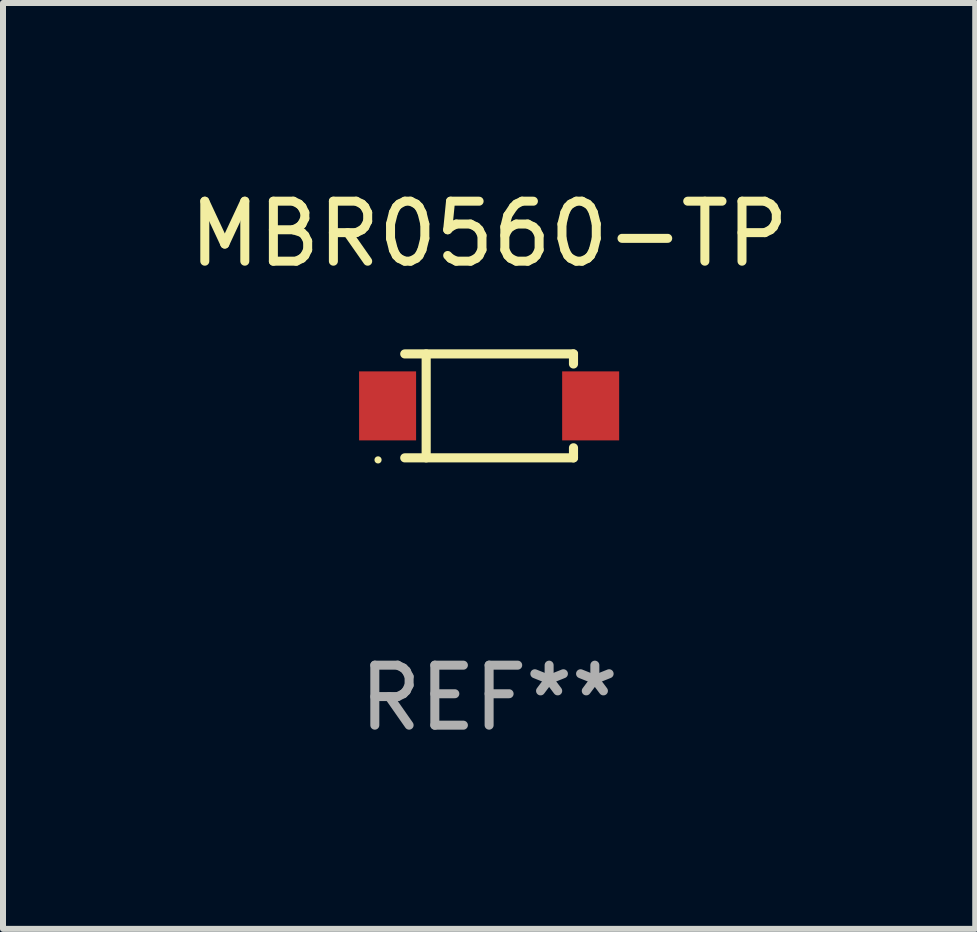
<source format=kicad_pcb>
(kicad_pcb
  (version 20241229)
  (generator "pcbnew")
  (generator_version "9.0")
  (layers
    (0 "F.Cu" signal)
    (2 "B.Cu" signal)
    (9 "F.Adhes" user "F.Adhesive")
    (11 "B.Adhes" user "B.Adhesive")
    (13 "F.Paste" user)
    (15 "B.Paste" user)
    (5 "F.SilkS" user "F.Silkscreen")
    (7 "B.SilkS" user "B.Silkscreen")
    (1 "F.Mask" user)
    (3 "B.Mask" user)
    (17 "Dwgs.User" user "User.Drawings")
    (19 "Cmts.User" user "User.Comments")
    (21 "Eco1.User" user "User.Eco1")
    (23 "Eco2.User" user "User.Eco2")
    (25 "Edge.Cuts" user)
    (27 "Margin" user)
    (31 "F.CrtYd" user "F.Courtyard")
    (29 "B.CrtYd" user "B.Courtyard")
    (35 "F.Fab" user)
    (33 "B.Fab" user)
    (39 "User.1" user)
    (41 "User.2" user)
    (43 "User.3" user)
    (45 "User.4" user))
  (footprint "MBR0560-TP"
    (layer "F.Cu")
    (at 5.101 3.714)
    (property "Reference" "MBR0560-TP" (at 0 -2.866 0) (layer "F.SilkS") (effects (font (size 1 1) (thickness 0.15))))
    (attr through_hole)
    (fp_line (start -1.406 -0.866) (end 1.406 -0.866) (stroke (width 0.152) (type solid)) (layer "F.SilkS"))
    (fp_line (start -1.406 0.866) (end 1.406 0.866) (stroke (width 0.152) (type solid)) (layer "F.SilkS"))
    (fp_line (start -1.049 -0.866) (end -1.049 0.866) (stroke (width 0.152) (type solid)) (layer "F.SilkS"))
    (fp_line (start 1.406 -0.866) (end 1.406 -0.698) (stroke (width 0.152) (type solid)) (layer "F.SilkS"))
    (fp_line (start 1.406 0.866) (end 1.406 0.698) (stroke (width 0.152) (type solid)) (layer "F.SilkS"))
    (fp_circle (center -1.851 0.9) (end -1.821 0.9) (stroke (width 0.06) (type solid)) (fill no) (layer "F.SilkS"))
    (fp_text user "REF**" (at 0 4.866 0) (layer "F.Fab") (effects (font (size 1 1) (thickness 0.15))))
    (pad "1" smd rect (at -1.692 0) (size 0.95 1.15) (layers "F.Cu" "F.Mask" "F.Paste"))
    (pad "2" smd rect (at 1.692 0) (size 0.95 1.15) (layers "F.Cu" "F.Mask" "F.Paste")))
  (gr_rect
    (start -3 -3)
    (end 13.202 12.429)
    (stroke (width 0.1) (type default))
    (fill no)
    (layer "Edge.Cuts")))
</source>
